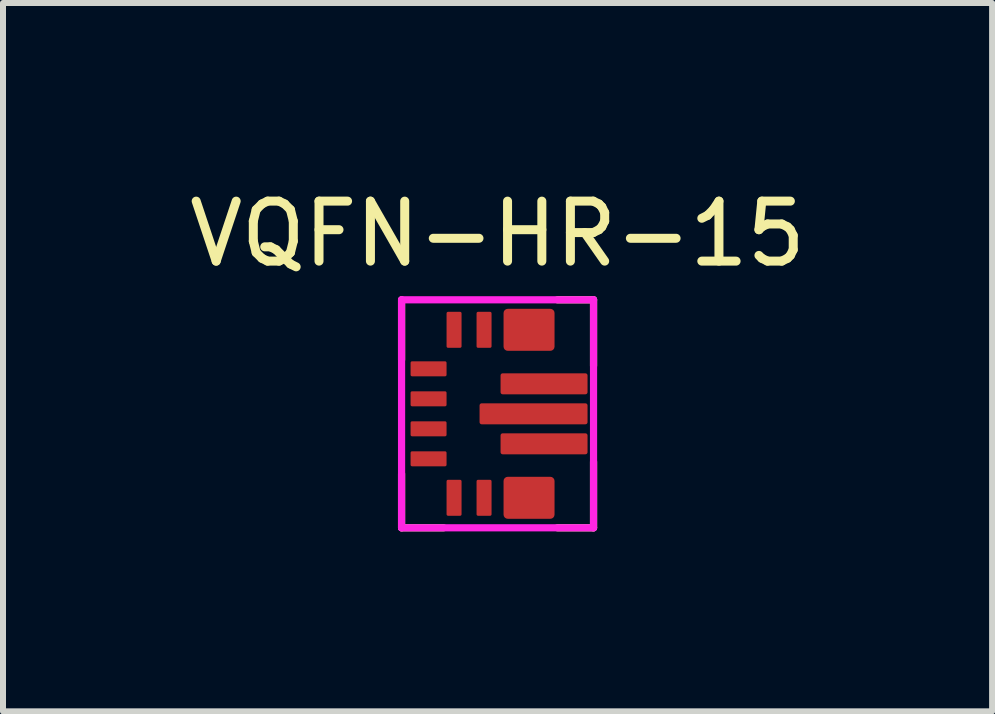
<source format=kicad_pcb>
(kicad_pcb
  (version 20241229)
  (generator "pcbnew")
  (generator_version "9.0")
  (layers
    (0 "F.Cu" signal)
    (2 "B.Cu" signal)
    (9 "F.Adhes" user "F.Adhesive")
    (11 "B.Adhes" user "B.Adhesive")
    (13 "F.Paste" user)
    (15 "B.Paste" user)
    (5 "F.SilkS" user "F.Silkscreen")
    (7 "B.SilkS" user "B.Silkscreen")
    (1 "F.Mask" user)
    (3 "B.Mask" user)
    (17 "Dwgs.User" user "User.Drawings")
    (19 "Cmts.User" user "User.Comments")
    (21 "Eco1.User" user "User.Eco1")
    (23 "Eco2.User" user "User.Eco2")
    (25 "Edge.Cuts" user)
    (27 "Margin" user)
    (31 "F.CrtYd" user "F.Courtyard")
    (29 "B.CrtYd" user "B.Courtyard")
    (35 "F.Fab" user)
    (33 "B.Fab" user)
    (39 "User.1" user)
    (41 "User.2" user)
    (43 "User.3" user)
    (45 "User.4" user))
  (footprint "VQFN-HR-15"
    (layer "F.Cu")
    (at 5.244 3.848)
    (property "Reference" "VQFN-HR-15" (at 0 -3 0) (layer "F.SilkS") (effects (font (size 1 1) (thickness 0.15))))
    (attr through_hole)
    (fp_poly (pts (xy 0.15 -1.7) (xy 0.15 -1.1) (xy 0.4 -1.1) (xy 0.9 -1.1) (xy 0.9 -1.7) (xy 0.65 -1.7) (xy 0.65 -1.35) (xy 0.4 -1.35) (xy 0.4 -1.7)) (stroke (width 0) (type solid)) (fill yes) (layer "F.Mask"))
    (fp_poly (pts (xy 0.9 1.7) (xy 0.9 1.1) (xy 0.65 1.1) (xy 0.15 1.1) (xy 0.15 1.7) (xy 0.4 1.7) (xy 0.4 1.35) (xy 0.65 1.35) (xy 0.65 1.7)) (stroke (width 0) (type solid)) (fill yes) (layer "F.Mask"))
    (fp_line (start -1.6 -0.9) (end -1.6 -1.9) (stroke (width 0.12) (type solid)) (layer "F.SilkS"))
    (fp_line (start -1.6 1) (end -1.6 1.9) (stroke (width 0.12) (type solid)) (layer "F.SilkS"))
    (fp_line (start -1.6 1.9) (end -0.9 1.9) (stroke (width 0.12) (type solid)) (layer "F.SilkS"))
    (fp_line (start 1 -1.9) (end 1.6 -1.9) (stroke (width 0.12) (type solid)) (layer "F.SilkS"))
    (fp_line (start 1 1.9) (end 1.6 1.9) (stroke (width 0.12) (type solid)) (layer "F.SilkS"))
    (fp_line (start 1.6 -1.9) (end 1.6 -0.8) (stroke (width 0.12) (type solid)) (layer "F.SilkS"))
    (fp_line (start 1.6 1.9) (end 1.6 0.8) (stroke (width 0.12) (type solid)) (layer "F.SilkS"))
    (fp_poly (pts (xy 0.15 -1.7) (xy 0.15 -1.1) (xy 0.4 -1.1) (xy 0.9 -1.1) (xy 0.9 -1.7) (xy 0.65 -1.7) (xy 0.65 -1.35) (xy 0.4 -1.35) (xy 0.4 -1.7)) (stroke (width 0) (type solid)) (fill yes) (layer "F.Paste"))
    (fp_poly (pts (xy 0.9 1.7) (xy 0.9 1.1) (xy 0.65 1.1) (xy 0.15 1.1) (xy 0.15 1.7) (xy 0.4 1.7) (xy 0.4 1.35) (xy 0.65 1.35) (xy 0.65 1.7)) (stroke (width 0) (type solid)) (fill yes) (layer "F.Paste"))
    (fp_line (start -1.6 -1.9) (end 1.6 -1.9) (stroke (width 0.12) (type solid)) (layer "F.CrtYd"))
    (fp_line (start -1.6 1.9) (end -1.6 -1.9) (stroke (width 0.12) (type solid)) (layer "F.CrtYd"))
    (fp_line (start 1.6 -1.9) (end 1.6 1.9) (stroke (width 0.12) (type solid)) (layer "F.CrtYd"))
    (fp_line (start 1.6 1.9) (end -1.6 1.9) (stroke (width 0.12) (type solid)) (layer "F.CrtYd"))
    (pad "" smd roundrect (at 0.14 0 90) (size 0.25 0.72) (layers "F.Paste") (roundrect_rratio 0.1))
    (pad "" smd roundrect (at 0.388 -0.5 90) (size 0.25 0.575) (layers "F.Paste") (roundrect_rratio 0.1))
    (pad "" smd roundrect (at 0.388 0.5 90) (size 0.25 0.575) (layers "F.Paste") (roundrect_rratio 0.1))
    (pad "" smd roundrect (at 0.6 0) (size 1.7 0.25) (layers "F.Mask") (roundrect_rratio 0.1))
    (pad "" smd roundrect (at 0.775 -0.5) (size 1.35 0.25) (layers "F.Mask") (roundrect_rratio 0.1))
    (pad "" smd roundrect (at 0.775 0.5) (size 1.35 0.25) (layers "F.Mask") (roundrect_rratio 0.1))
    (pad "" smd roundrect (at 1.06 0 90) (size 0.25 0.72) (layers "F.Paste") (roundrect_rratio 0.1))
    (pad "" smd roundrect (at 1.163 -0.5 90) (size 0.25 0.575) (layers "F.Paste") (roundrect_rratio 0.1))
    (pad "" smd roundrect (at 1.163 0.5 90) (size 0.25 0.575) (layers "F.Paste") (roundrect_rratio 0.1))
    (pad "1" smd roundrect (at -1.15 -0.75 270) (size 0.25 0.6) (layers "F.Cu" "F.Mask" "F.Paste") (roundrect_rratio 0.1))
    (pad "2" smd roundrect (at -1.15 -0.25 270) (size 0.25 0.6) (layers "F.Cu" "F.Mask" "F.Paste") (roundrect_rratio 0.1))
    (pad "3" smd roundrect (at -1.15 0.25 90) (size 0.25 0.6) (layers "F.Cu" "F.Mask" "F.Paste") (roundrect_rratio 0.1))
    (pad "4" smd roundrect (at -1.15 0.75 90) (size 0.25 0.6) (layers "F.Cu" "F.Mask" "F.Paste") (roundrect_rratio 0.1))
    (pad "5" smd roundrect (at -0.725 1.4) (size 0.25 0.6) (layers "F.Cu" "F.Mask" "F.Paste") (roundrect_rratio 0.1))
    (pad "6" smd roundrect (at -0.225 1.4) (size 0.25 0.6) (layers "F.Cu" "F.Mask" "F.Paste") (roundrect_rratio 0.1))
    (pad "7" smd roundrect (at 0.525 1.4 180) (size 0.85 0.7) (layers "F.Cu") (roundrect_rratio 0.1))
    (pad "9" smd roundrect (at 0.775 0.5) (size 1.45 0.35) (layers "F.Cu") (roundrect_rratio 0.1))
    (pad "10" smd roundrect (at 0.6 0) (size 1.8 0.35) (layers "F.Cu") (roundrect_rratio 0.1))
    (pad "11" smd roundrect (at 0.775 -0.5) (size 1.45 0.35) (layers "F.Cu") (roundrect_rratio 0.1))
    (pad "12" smd roundrect (at 0.525 -1.4) (size 0.85 0.7) (layers "F.Cu") (roundrect_rratio 0.1))
    (pad "14" smd roundrect (at -0.225 -1.4 180) (size 0.25 0.6) (layers "F.Cu" "F.Mask" "F.Paste") (roundrect_rratio 0.1))
    (pad "15" smd roundrect (at -0.725 -1.4 180) (size 0.25 0.6) (layers "F.Cu" "F.Mask" "F.Paste") (roundrect_rratio 0.1)))
  (gr_rect
    (start -3 -3)
    (end 13.488 8.808)
    (stroke (width 0.1) (type default))
    (fill no)
    (layer "Edge.Cuts")))
</source>
